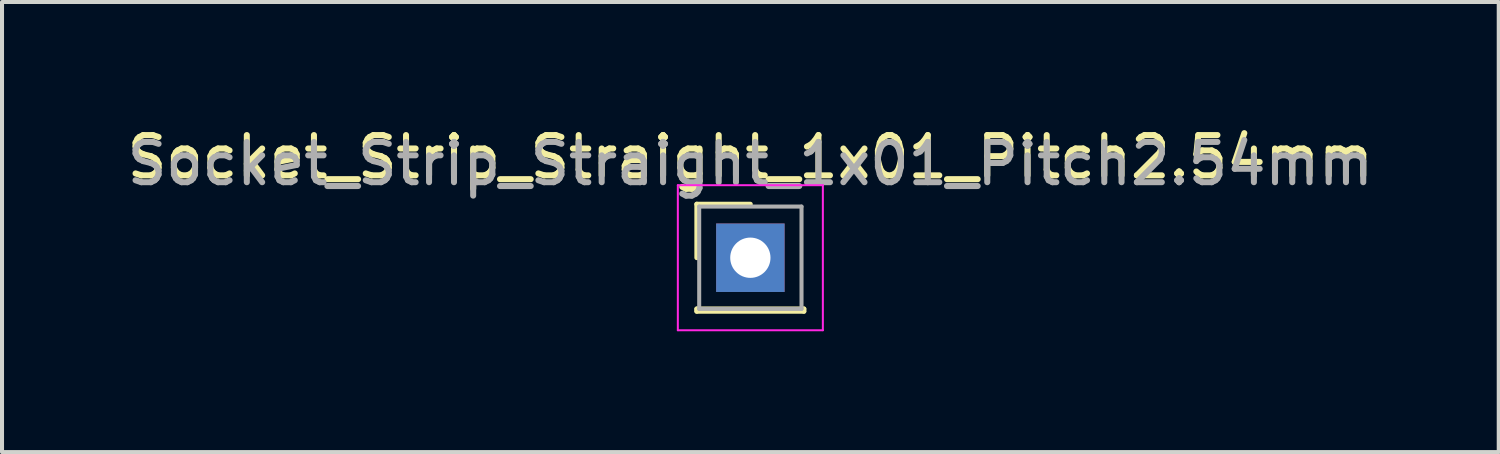
<source format=kicad_pcb>
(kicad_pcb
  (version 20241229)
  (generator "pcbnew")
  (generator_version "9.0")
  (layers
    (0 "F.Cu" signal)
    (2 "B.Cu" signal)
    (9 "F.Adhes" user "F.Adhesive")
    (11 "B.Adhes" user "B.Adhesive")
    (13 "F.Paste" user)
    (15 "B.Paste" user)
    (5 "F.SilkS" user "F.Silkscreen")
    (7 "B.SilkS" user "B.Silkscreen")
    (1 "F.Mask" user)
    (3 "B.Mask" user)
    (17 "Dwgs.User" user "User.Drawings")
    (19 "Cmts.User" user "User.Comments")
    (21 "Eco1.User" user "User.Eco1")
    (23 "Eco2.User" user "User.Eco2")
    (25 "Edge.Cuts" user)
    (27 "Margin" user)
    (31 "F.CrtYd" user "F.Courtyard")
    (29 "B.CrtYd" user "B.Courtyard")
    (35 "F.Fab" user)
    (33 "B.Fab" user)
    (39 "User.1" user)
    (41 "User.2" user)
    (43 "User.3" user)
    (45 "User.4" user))
  (footprint "Socket_Strip_Straight_1x01_Pitch2.54mm"
    (layer "F.Cu")
    (at 15.577 3.348)
    (property "Reference" "Socket_Strip_Straight_1x01_Pitch2.54mm" (at 0 -2.5 0) (layer "F.SilkS") (effects (font (size 1 1) (thickness 0.15))))
    (attr through_hole)
    (fp_line (start -1.33 -1.33) (end 0 -1.33) (stroke (width 0.12) (type solid)) (layer "F.SilkS"))
    (fp_line (start -1.33 0) (end -1.33 -1.33) (stroke (width 0.12) (type solid)) (layer "F.SilkS"))
    (fp_line (start -1.33 1.27) (end -1.33 1.33) (stroke (width 0.12) (type solid)) (layer "F.SilkS"))
    (fp_line (start -1.33 1.33) (end 1.33 1.33) (stroke (width 0.12) (type solid)) (layer "F.SilkS"))
    (fp_line (start 1.33 1.27) (end -1.33 1.27) (stroke (width 0.12) (type solid)) (layer "F.SilkS"))
    (fp_line (start 1.33 1.33) (end 1.33 1.27) (stroke (width 0.12) (type solid)) (layer "F.SilkS"))
    (fp_line (start -1.8 -1.8) (end -1.8 1.8) (stroke (width 0.05) (type solid)) (layer "F.CrtYd"))
    (fp_line (start -1.8 1.8) (end 1.8 1.8) (stroke (width 0.05) (type solid)) (layer "F.CrtYd"))
    (fp_line (start 1.8 -1.8) (end -1.8 -1.8) (stroke (width 0.05) (type solid)) (layer "F.CrtYd"))
    (fp_line (start 1.8 1.8) (end 1.8 -1.8) (stroke (width 0.05) (type solid)) (layer "F.CrtYd"))
    (fp_line (start -1.27 -1.27) (end -1.27 1.27) (stroke (width 0.1) (type solid)) (layer "F.Fab"))
    (fp_line (start -1.27 1.27) (end 1.27 1.27) (stroke (width 0.1) (type solid)) (layer "F.Fab"))
    (fp_line (start 1.27 -1.27) (end -1.27 -1.27) (stroke (width 0.1) (type solid)) (layer "F.Fab"))
    (fp_line (start 1.27 1.27) (end 1.27 -1.27) (stroke (width 0.1) (type solid)) (layer "F.Fab"))
    (fp_text user "${REFERENCE}" (at 0 -2.33 0) (layer "F.Fab") (effects (font (size 1 1) (thickness 0.15))))
    (pad "1" thru_hole rect (at 0 0) (size 1.7 1.7) (drill 1) (layers "*.Cu" "*.Mask")))
  (gr_rect
    (start -3 -3)
    (end 34.155 8.173)
    (stroke (width 0.1) (type default))
    (fill no)
    (layer "Edge.Cuts")))
</source>
